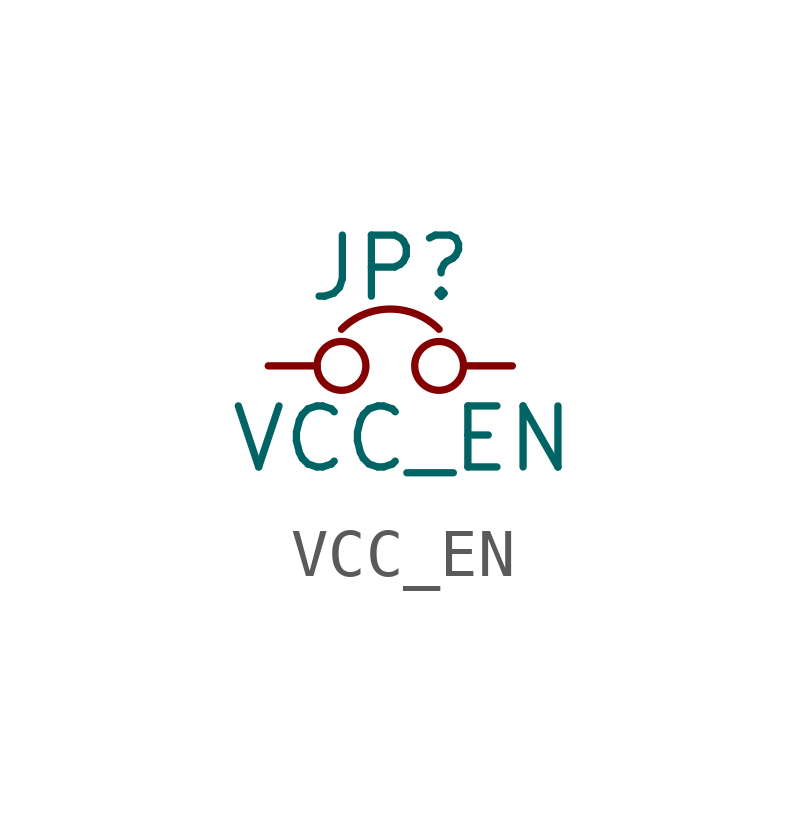
<source format=kicad_sym>
(kicad_symbol_lib
  (version 20231120)
  (generator "kicad_symbol_editor")
  (generator_version "8.0")
  (symbol "VCC_EN"
    (pin_numbers hide)
    (pin_names
      (offset 0.762) hide)
    (property "Reference" "JP"
      (at 0 2.032 0)
      (effects (font (size 1.27 1.27))))
    (property "Value" "VCC_EN"
      (at 0.254 -1.524 0)
      (effects (font (size 1.27 1.27))))
    (symbol "VCC_EN_0_1"
      (circle (center -1.016 0) (radius 0.508) (stroke (width 0) (type solid)) (fill (type none)))
      (circle (center 1.016 0) (radius 0.508) (stroke (width 0) (type solid)) (fill (type none)))
      (arc (start 1.016 0.762) (mid 0 1.1828) (end -1.016 0.762) (stroke (width 0) (type solid)) (fill (type none)))
      (pin power_in line (at -2.54 0 0) (length 1.016) (name "1" (effects (font (size 1.27 1.27)))) (number "1" (effects (font (size 1.27 1.27)))))
      (pin power_out line (at 2.54 0 180) (length 1.016) (name "2" (effects (font (size 1.27 1.27)))) (number "2" (effects (font (size 1.27 1.27))))))))
</source>
